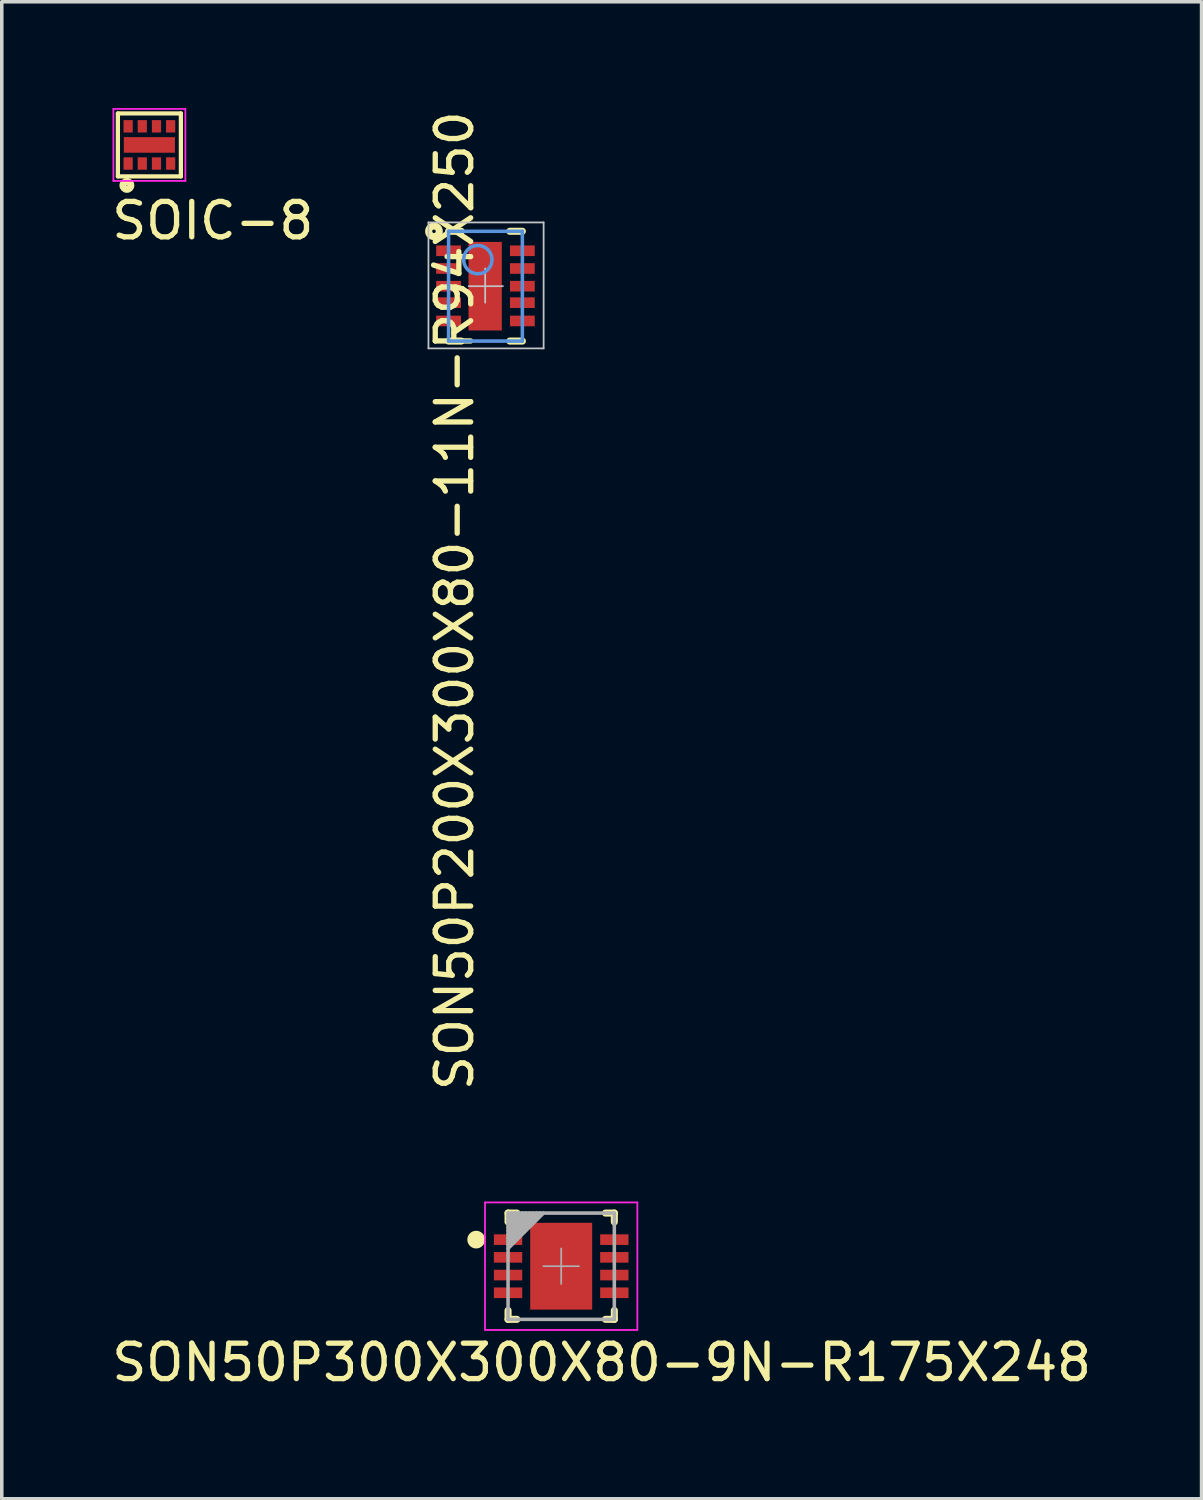
<source format=kicad_pcb>
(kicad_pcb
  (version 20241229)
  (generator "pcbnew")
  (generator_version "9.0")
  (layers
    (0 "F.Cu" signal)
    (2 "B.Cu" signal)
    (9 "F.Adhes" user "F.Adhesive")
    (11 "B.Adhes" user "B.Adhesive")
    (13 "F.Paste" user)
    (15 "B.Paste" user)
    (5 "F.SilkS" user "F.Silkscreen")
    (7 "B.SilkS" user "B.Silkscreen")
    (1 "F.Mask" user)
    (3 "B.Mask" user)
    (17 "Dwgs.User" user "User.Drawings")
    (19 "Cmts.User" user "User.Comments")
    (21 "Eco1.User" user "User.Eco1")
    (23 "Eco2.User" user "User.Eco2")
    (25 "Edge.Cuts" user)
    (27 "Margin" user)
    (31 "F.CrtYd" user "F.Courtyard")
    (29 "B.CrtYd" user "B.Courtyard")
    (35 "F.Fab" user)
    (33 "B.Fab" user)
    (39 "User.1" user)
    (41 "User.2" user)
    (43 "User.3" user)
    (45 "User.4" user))
  (footprint "SOIC-8"
    (layer "F.Cu")
    (at 1.167 1.041)
    (property "Reference" "SOIC-8" (at 1.791 2.14 0) (layer "F.SilkS") (effects (font (size 1 1) (thickness 0.15))))
    (attr smd)
    (fp_line (start -0.889 -0.889) (end 0.889 -0.889) (stroke (width 0.12) (type solid)) (layer "F.SilkS"))
    (fp_line (start -0.889 0.889) (end -0.889 -0.889) (stroke (width 0.12) (type solid)) (layer "F.SilkS"))
    (fp_line (start 0.889 -0.889) (end 0.889 0.889) (stroke (width 0.12) (type solid)) (layer "F.SilkS"))
    (fp_line (start 0.889 0.889) (end -0.889 0.889) (stroke (width 0.12) (type solid)) (layer "F.SilkS"))
    (fp_circle (center -0.635 1.143) (end -0.625 1.143) (stroke (width 0.2) (type solid)) (fill no) (layer "F.SilkS"))
    (fp_line (start -1.016 -1.016) (end 1.016 -1.016) (stroke (width 0.05) (type solid)) (layer "F.CrtYd"))
    (fp_line (start -1.016 1.016) (end -1.016 -1.016) (stroke (width 0.05) (type solid)) (layer "F.CrtYd"))
    (fp_line (start 1.016 -1.016) (end 1.016 1.016) (stroke (width 0.05) (type solid)) (layer "F.CrtYd"))
    (fp_line (start 1.016 1.016) (end -1.016 1.016) (stroke (width 0.05) (type solid)) (layer "F.CrtYd"))
    (pad "1" smd rect (at -0.6 0.525) (size 0.26 0.35) (layers "F.Cu" "F.Mask" "F.Paste"))
    (pad "2" smd rect (at -0.2 0.525) (size 0.26 0.35) (layers "F.Cu" "F.Mask" "F.Paste"))
    (pad "3" smd rect (at 0.2 0.525) (size 0.26 0.35) (layers "F.Cu" "F.Mask" "F.Paste"))
    (pad "4" smd rect (at 0.6 0.525) (size 0.26 0.35) (layers "F.Cu" "F.Mask" "F.Paste"))
    (pad "5" smd rect (at 0.6 -0.525) (size 0.26 0.35) (layers "F.Cu" "F.Mask" "F.Paste"))
    (pad "6" smd rect (at 0.2 -0.525) (size 0.26 0.35) (layers "F.Cu" "F.Mask" "F.Paste"))
    (pad "7" smd rect (at -0.2 -0.525) (size 0.26 0.35) (layers "F.Cu" "F.Mask" "F.Paste"))
    (pad "8" smd rect (at -0.6 -0.525) (size 0.26 0.35) (layers "F.Cu" "F.Mask" "F.Paste"))
    (pad "9" smd rect (at 0 0) (size 1.444 0.44) (layers "F.Cu" "F.Mask" "F.Paste")))
  (footprint "SON50P300X300X80-9N-R175X248"
    (layer "F.Cu")
    (at 12.792 32.694)
    (property "Reference" "SON50P300X300X80-9N-R175X248" (at 1.143 2.718 0) (layer "F.SilkS") (effects (font (size 1 1) (thickness 0.15))))
    (attr smd)
    (fp_line (start -1.5 -1.5) (end -1.25 -1.5) (stroke (width 0.2) (type solid)) (layer "F.SilkS"))
    (fp_line (start -1.5 -1.25) (end -1.5 -1.5) (stroke (width 0.2) (type solid)) (layer "F.SilkS"))
    (fp_line (start -1.5 1.5) (end -1.5 1.25) (stroke (width 0.2) (type solid)) (layer "F.SilkS"))
    (fp_line (start -1.5 1.5) (end -1.25 1.5) (stroke (width 0.2) (type solid)) (layer "F.SilkS"))
    (fp_line (start 1.25 -1.5) (end 1.5 -1.5) (stroke (width 0.2) (type solid)) (layer "F.SilkS"))
    (fp_line (start 1.25 1.5) (end 1.5 1.5) (stroke (width 0.2) (type solid)) (layer "F.SilkS"))
    (fp_line (start 1.5 -1.25) (end 1.5 -1.5) (stroke (width 0.2) (type solid)) (layer "F.SilkS"))
    (fp_line (start 1.5 1.5) (end 1.5 1.25) (stroke (width 0.2) (type solid)) (layer "F.SilkS"))
    (fp_circle (center -2.4 -0.75) (end -2.275 -0.75) (stroke (width 0.25) (type solid)) (fill no) (layer "F.SilkS"))
    (fp_line (start -2.15 -1.8) (end 2.15 -1.8) (stroke (width 0.05) (type solid)) (layer "F.CrtYd"))
    (fp_line (start -2.15 1.8) (end -2.15 -1.8) (stroke (width 0.05) (type solid)) (layer "F.CrtYd"))
    (fp_line (start -2.15 1.8) (end 2.15 1.8) (stroke (width 0.05) (type solid)) (layer "F.CrtYd"))
    (fp_line (start 2.15 1.8) (end 2.15 -1.8) (stroke (width 0.05) (type solid)) (layer "F.CrtYd"))
    (fp_line (start -1.5 -1.5) (end 1.5 -1.5) (stroke (width 0.1) (type solid)) (layer "F.Fab"))
    (fp_line (start -1.5 -1.4) (end -1.4 -1.5) (stroke (width 0.1) (type solid)) (layer "F.Fab"))
    (fp_line (start -1.5 -1.3) (end -1.3 -1.5) (stroke (width 0.1) (type solid)) (layer "F.Fab"))
    (fp_line (start -1.5 -1.2) (end -1.2 -1.5) (stroke (width 0.1) (type solid)) (layer "F.Fab"))
    (fp_line (start -1.5 -1.1) (end -1.1 -1.5) (stroke (width 0.1) (type solid)) (layer "F.Fab"))
    (fp_line (start -1.5 -1) (end -1 -1.5) (stroke (width 0.1) (type solid)) (layer "F.Fab"))
    (fp_line (start -1.5 -0.9) (end -0.9 -1.5) (stroke (width 0.1) (type solid)) (layer "F.Fab"))
    (fp_line (start -1.5 -0.8) (end -0.8 -1.5) (stroke (width 0.1) (type solid)) (layer "F.Fab"))
    (fp_line (start -1.5 -0.7) (end -0.7 -1.5) (stroke (width 0.1) (type solid)) (layer "F.Fab"))
    (fp_line (start -1.5 -0.6) (end -0.6 -1.5) (stroke (width 0.1) (type solid)) (layer "F.Fab"))
    (fp_line (start -1.5 -0.5) (end -0.5 -1.5) (stroke (width 0.1) (type solid)) (layer "F.Fab"))
    (fp_line (start -1.5 1.5) (end -1.5 -1.5) (stroke (width 0.1) (type solid)) (layer "F.Fab"))
    (fp_line (start -1.5 1.5) (end 1.5 1.5) (stroke (width 0.1) (type solid)) (layer "F.Fab"))
    (fp_line (start -0.5 0) (end 0.5 0) (stroke (width 0.05) (type solid)) (layer "F.Fab"))
    (fp_line (start 0 0.5) (end 0 -0.5) (stroke (width 0.05) (type solid)) (layer "F.Fab"))
    (fp_line (start 1.5 1.5) (end 1.5 -1.5) (stroke (width 0.1) (type solid)) (layer "F.Fab"))
    (pad "1" smd rect (at -1.5 -0.75) (size 0.8 0.3) (layers "F.Cu" "F.Mask" "F.Paste"))
    (pad "2" smd rect (at -1.5 -0.25) (size 0.8 0.3) (layers "F.Cu" "F.Mask" "F.Paste"))
    (pad "3" smd rect (at -1.5 0.25) (size 0.8 0.3) (layers "F.Cu" "F.Mask" "F.Paste"))
    (pad "4" smd rect (at -1.5 0.75) (size 0.8 0.3) (layers "F.Cu" "F.Mask" "F.Paste"))
    (pad "5" smd rect (at 1.5 0.75) (size 0.8 0.3) (layers "F.Cu" "F.Mask" "F.Paste"))
    (pad "6" smd rect (at 1.5 0.25) (size 0.8 0.3) (layers "F.Cu" "F.Mask" "F.Paste"))
    (pad "7" smd rect (at 1.5 -0.25) (size 0.8 0.3) (layers "F.Cu" "F.Mask" "F.Paste"))
    (pad "8" smd rect (at 1.5 -0.75) (size 0.8 0.3) (layers "F.Cu" "F.Mask" "F.Paste"))
    (pad "9" smd rect (at 0 0 90) (size 2.45 1.75) (layers "F.Cu" "F.Mask" "F.Paste")))
  (footprint "SON50P200X300X80-11N-R94X250"
    (layer "F.Cu")
    (at 10.646 5.029)
    (property "Reference" "SON50P200X300X80-11N-R94X250" (at -0.279 -5.029 270) (layer "F.SilkS") (effects (font (size 1 1) (thickness 0.15)) (justify right bottom)))
    (attr smd)
    (fp_line (start -1.033 -1.55) (end -0.677 -1.55) (stroke (width 0.2) (type solid)) (layer "F.SilkS"))
    (fp_line (start -1.033 1.549) (end -0.677 1.549) (stroke (width 0.2) (type solid)) (layer "F.SilkS"))
    (fp_line (start 0.695 -1.55) (end 1.05 -1.55) (stroke (width 0.2) (type solid)) (layer "F.SilkS"))
    (fp_line (start 0.695 1.549) (end 1.05 1.549) (stroke (width 0.2) (type solid)) (layer "F.SilkS"))
    (fp_arc (start -1.3956 -1.549999) (mid -1.4956 -1.549999) (end -1.3956 -1.549999) (stroke (width 0.2) (type solid)) (layer "F.SilkS"))
    (fp_line (start -1.601 -1.8) (end 1.65 -1.8) (stroke (width 0.05) (type solid)) (layer "Dwgs.User"))
    (fp_line (start -1.601 1.756) (end -1.601 -1.8) (stroke (width 0.05) (type solid)) (layer "Dwgs.User"))
    (fp_line (start -1.601 1.756) (end 1.65 1.756) (stroke (width 0.05) (type solid)) (layer "Dwgs.User"))
    (fp_line (start -0.465 0) (end 0.5 0) (stroke (width 0.05) (type solid)) (layer "Dwgs.User"))
    (fp_line (start 0 0.465) (end 0 -0.5) (stroke (width 0.05) (type solid)) (layer "Dwgs.User"))
    (fp_line (start 1.65 1.756) (end 1.65 -1.8) (stroke (width 0.05) (type solid)) (layer "Dwgs.User"))
    (fp_line (start -1.033 -1.55) (end 1.05 -1.55) (stroke (width 0.1) (type solid)) (layer "Cmts.User"))
    (fp_line (start -1.033 1.549) (end -1.033 -1.55) (stroke (width 0.1) (type solid)) (layer "Cmts.User"))
    (fp_line (start -1.033 1.549) (end 1.05 1.549) (stroke (width 0.1) (type solid)) (layer "Cmts.User"))
    (fp_line (start 1.05 1.549) (end 1.05 -1.55) (stroke (width 0.1) (type solid)) (layer "Cmts.User"))
    (fp_arc (start 0.192799 -0.750001) (mid -0.607201 -0.750001) (end 0.192799 -0.750001) (stroke (width 0.1) (type solid)) (layer "Cmts.User"))
    (pad "1" smd rect (at -1.033 -1 90) (size 0.3 0.7) (layers "F.Cu" "F.Mask" "F.Paste"))
    (pad "2" smd rect (at -1.033 -0.5 90) (size 0.3 0.7) (layers "F.Cu" "F.Mask" "F.Paste"))
    (pad "3" smd rect (at -1.033 0 90) (size 0.3 0.7) (layers "F.Cu" "F.Mask" "F.Paste"))
    (pad "4" smd rect (at -1.033 0.465 90) (size 0.3 0.7) (layers "F.Cu" "F.Mask" "F.Paste"))
    (pad "5" smd rect (at -1.033 0.981 90) (size 0.3 0.7) (layers "F.Cu" "F.Mask" "F.Paste"))
    (pad "6" smd rect (at 1.05 0.981 90) (size 0.3 0.7) (layers "F.Cu" "F.Mask" "F.Paste"))
    (pad "7" smd rect (at 1.05 0.465 90) (size 0.3 0.7) (layers "F.Cu" "F.Mask" "F.Paste"))
    (pad "8" smd rect (at 1.05 0 90) (size 0.3 0.7) (layers "F.Cu" "F.Mask" "F.Paste"))
    (pad "9" smd rect (at 1.05 -0.5 90) (size 0.3 0.7) (layers "F.Cu" "F.Mask" "F.Paste"))
    (pad "10" smd rect (at 1.05 -1 90) (size 0.3 0.7) (layers "F.Cu" "F.Mask" "F.Paste"))
    (pad "11" smd rect (at 0 0 90) (size 2.5 0.94) (layers "F.Cu" "F.Mask" "F.Paste")))
  (gr_rect
    (start -3 -3)
    (end 30.869 39.26)
    (stroke (width 0.1) (type default))
    (fill no)
    (layer "Edge.Cuts")))
</source>
